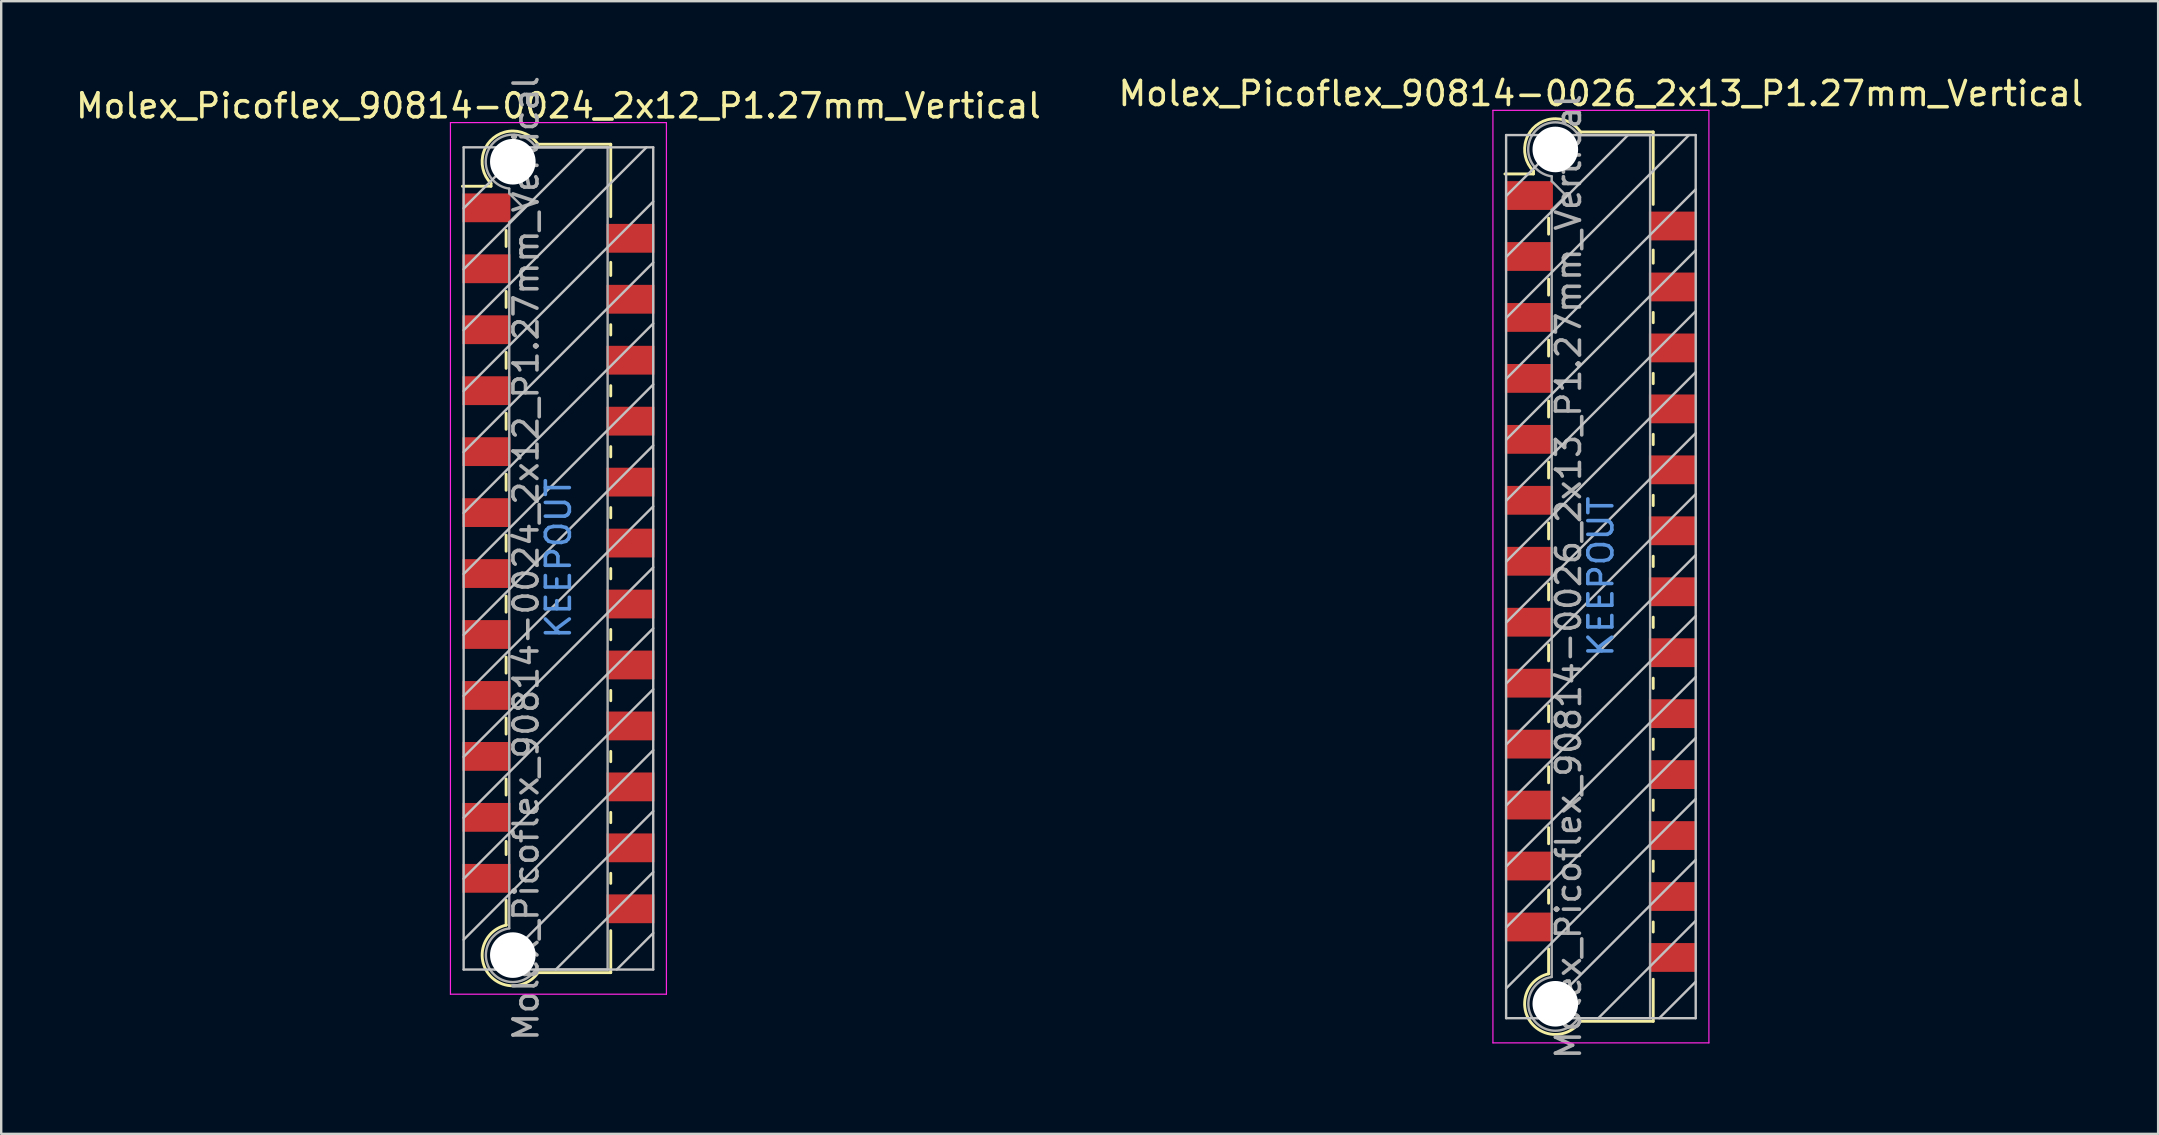
<source format=kicad_pcb>
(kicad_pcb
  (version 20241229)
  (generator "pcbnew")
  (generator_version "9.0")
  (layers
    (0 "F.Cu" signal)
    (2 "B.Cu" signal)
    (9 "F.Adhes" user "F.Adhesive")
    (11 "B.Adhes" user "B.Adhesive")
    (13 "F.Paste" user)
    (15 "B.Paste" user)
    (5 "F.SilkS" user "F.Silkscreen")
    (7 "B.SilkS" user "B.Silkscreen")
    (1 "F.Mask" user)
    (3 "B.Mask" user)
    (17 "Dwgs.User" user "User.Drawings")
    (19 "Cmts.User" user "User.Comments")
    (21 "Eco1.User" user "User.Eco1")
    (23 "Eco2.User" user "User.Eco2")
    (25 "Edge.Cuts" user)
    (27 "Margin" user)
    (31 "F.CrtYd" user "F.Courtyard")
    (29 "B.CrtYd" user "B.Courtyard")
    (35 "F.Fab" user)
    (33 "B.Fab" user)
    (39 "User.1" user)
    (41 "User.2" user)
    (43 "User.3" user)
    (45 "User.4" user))
  (footprint "Molex_Picoflex_90814-0024_2x12_P1.27mm_Vertical"
    (layer "F.Cu")
    (at 20.22 20.22)
    (property "Reference" "Molex_Picoflex_90814-0024_2x12_P1.27mm_Vertical" (at 0 -18.86 0) (layer "F.SilkS") (effects (font (size 1 1) (thickness 0.15))))
    (attr smd)
    (fp_line (start -2.81 -15.63) (end -2.81 -15.51) (stroke (width 0.12) (type solid)) (layer "F.SilkS"))
    (fp_line (start -2.81 -15.51) (end -4 -15.51) (stroke (width 0.12) (type solid)) (layer "F.SilkS"))
    (fp_line (start -2.18 -13) (end -2.18 -13.67) (stroke (width 0.12) (type solid)) (layer "F.SilkS"))
    (fp_line (start -2.18 -10.46) (end -2.18 -11.13) (stroke (width 0.12) (type solid)) (layer "F.SilkS"))
    (fp_line (start -2.18 -7.92) (end -2.18 -8.59) (stroke (width 0.12) (type solid)) (layer "F.SilkS"))
    (fp_line (start -2.18 -5.38) (end -2.18 -6.05) (stroke (width 0.12) (type solid)) (layer "F.SilkS"))
    (fp_line (start -2.18 -2.84) (end -2.18 -3.51) (stroke (width 0.12) (type solid)) (layer "F.SilkS"))
    (fp_line (start -2.18 -0.3) (end -2.18 -0.97) (stroke (width 0.12) (type solid)) (layer "F.SilkS"))
    (fp_line (start -2.18 2.24) (end -2.18 1.57) (stroke (width 0.12) (type solid)) (layer "F.SilkS"))
    (fp_line (start -2.18 4.78) (end -2.18 4.11) (stroke (width 0.12) (type solid)) (layer "F.SilkS"))
    (fp_line (start -2.18 7.32) (end -2.18 6.65) (stroke (width 0.12) (type solid)) (layer "F.SilkS"))
    (fp_line (start -2.18 9.86) (end -2.18 9.19) (stroke (width 0.12) (type solid)) (layer "F.SilkS"))
    (fp_line (start -2.18 12.34) (end -2.18 11.79) (stroke (width 0.12) (type solid)) (layer "F.SilkS"))
    (fp_line (start -2.18 15.28) (end -2.18 14.24) (stroke (width 0.12) (type solid)) (layer "F.SilkS"))
    (fp_line (start 2.18 -17.26) (end -0.82 -17.26) (stroke (width 0.12) (type solid)) (layer "F.SilkS"))
    (fp_line (start 2.18 -17.26) (end 2.18 -14.24) (stroke (width 0.12) (type solid)) (layer "F.SilkS"))
    (fp_line (start 2.18 -12.34) (end 2.18 -11.79) (stroke (width 0.12) (type solid)) (layer "F.SilkS"))
    (fp_line (start 2.18 -9.74) (end 2.18 -9.31) (stroke (width 0.12) (type solid)) (layer "F.SilkS"))
    (fp_line (start 2.18 -7.2) (end 2.18 -6.77) (stroke (width 0.12) (type solid)) (layer "F.SilkS"))
    (fp_line (start 2.18 -4.66) (end 2.18 -4.23) (stroke (width 0.12) (type solid)) (layer "F.SilkS"))
    (fp_line (start 2.18 -2.12) (end 2.18 -1.69) (stroke (width 0.12) (type solid)) (layer "F.SilkS"))
    (fp_line (start 2.18 0.42) (end 2.18 0.85) (stroke (width 0.12) (type solid)) (layer "F.SilkS"))
    (fp_line (start 2.18 2.96) (end 2.18 3.39) (stroke (width 0.12) (type solid)) (layer "F.SilkS"))
    (fp_line (start 2.18 5.5) (end 2.18 5.93) (stroke (width 0.12) (type solid)) (layer "F.SilkS"))
    (fp_line (start 2.18 8.04) (end 2.18 8.47) (stroke (width 0.12) (type solid)) (layer "F.SilkS"))
    (fp_line (start 2.18 10.58) (end 2.18 11.01) (stroke (width 0.12) (type solid)) (layer "F.SilkS"))
    (fp_line (start 2.18 13.12) (end 2.18 13.54) (stroke (width 0.12) (type solid)) (layer "F.SilkS"))
    (fp_line (start 2.18 15.51) (end 2.18 17.26) (stroke (width 0.12) (type solid)) (layer "F.SilkS"))
    (fp_line (start 2.18 17.26) (end -0.85 17.26) (stroke (width 0.12) (type solid)) (layer "F.SilkS"))
    (fp_arc (start -2.81 -15.63) (mid -2.708637 -17.522072) (end -0.834991 -17.239828) (stroke (width 0.12) (type solid)) (layer "F.SilkS"))
    (fp_arc (start -0.85 17.26) (mid -2.962791 17.241249) (end -2.174424 15.280964) (stroke (width 0.12) (type solid)) (layer "F.SilkS"))
    (fp_line (start -3.95 -17.13) (end -3.95 17.13) (stroke (width 0.1) (type solid)) (layer "Dwgs.User"))
    (fp_line (start -3.95 -14.59) (end -1.41 -17.13) (stroke (width 0.1) (type solid)) (layer "Dwgs.User"))
    (fp_line (start -3.95 -12.05) (end 1.13 -17.13) (stroke (width 0.1) (type solid)) (layer "Dwgs.User"))
    (fp_line (start -3.95 -9.51) (end 3.67 -17.13) (stroke (width 0.1) (type solid)) (layer "Dwgs.User"))
    (fp_line (start -3.95 -6.97) (end 3.95 -14.87) (stroke (width 0.1) (type solid)) (layer "Dwgs.User"))
    (fp_line (start -3.95 -4.43) (end 3.95 -12.33) (stroke (width 0.1) (type solid)) (layer "Dwgs.User"))
    (fp_line (start -3.95 -1.89) (end 3.95 -9.79) (stroke (width 0.1) (type solid)) (layer "Dwgs.User"))
    (fp_line (start -3.95 0.65) (end 3.95 -7.25) (stroke (width 0.1) (type solid)) (layer "Dwgs.User"))
    (fp_line (start -3.95 3.19) (end 3.95 -4.71) (stroke (width 0.1) (type solid)) (layer "Dwgs.User"))
    (fp_line (start -3.95 5.73) (end 3.95 -2.17) (stroke (width 0.1) (type solid)) (layer "Dwgs.User"))
    (fp_line (start -3.95 8.27) (end 3.95 0.37) (stroke (width 0.1) (type solid)) (layer "Dwgs.User"))
    (fp_line (start -3.95 10.81) (end 3.95 2.91) (stroke (width 0.1) (type solid)) (layer "Dwgs.User"))
    (fp_line (start -3.95 13.35) (end 3.95 5.45) (stroke (width 0.1) (type solid)) (layer "Dwgs.User"))
    (fp_line (start -3.95 15.89) (end 3.95 7.99) (stroke (width 0.1) (type solid)) (layer "Dwgs.User"))
    (fp_line (start -3.95 17.13) (end 3.95 17.13) (stroke (width 0.1) (type solid)) (layer "Dwgs.User"))
    (fp_line (start -2.65 17.13) (end 3.95 10.53) (stroke (width 0.1) (type solid)) (layer "Dwgs.User"))
    (fp_line (start -0.11 17.13) (end 3.95 13.07) (stroke (width 0.1) (type solid)) (layer "Dwgs.User"))
    (fp_line (start 2.43 17.13) (end 3.95 15.61) (stroke (width 0.1) (type solid)) (layer "Dwgs.User"))
    (fp_line (start 3.95 -17.13) (end -3.95 -17.13) (stroke (width 0.1) (type solid)) (layer "Dwgs.User"))
    (fp_line (start 3.95 17.13) (end 3.95 -17.13) (stroke (width 0.1) (type solid)) (layer "Dwgs.User"))
    (fp_line (start -4.5 -18.16) (end -4.5 18.16) (stroke (width 0.05) (type solid)) (layer "F.CrtYd"))
    (fp_line (start -4.5 18.16) (end 4.5 18.16) (stroke (width 0.05) (type solid)) (layer "F.CrtYd"))
    (fp_line (start 4.5 -18.16) (end -4.5 -18.16) (stroke (width 0.05) (type solid)) (layer "F.CrtYd"))
    (fp_line (start 4.5 18.16) (end 4.5 -18.16) (stroke (width 0.05) (type solid)) (layer "F.CrtYd"))
    (fp_line (start -2.05 -15.21) (end -2.05 -15.41) (stroke (width 0.1) (type solid)) (layer "F.Fab"))
    (fp_line (start -2.05 -14.01) (end -1.45 -14.61) (stroke (width 0.1) (type solid)) (layer "F.Fab"))
    (fp_line (start -2.05 15.41) (end -2.05 -14.01) (stroke (width 0.1) (type solid)) (layer "F.Fab"))
    (fp_line (start -1.45 -14.61) (end -2.05 -15.21) (stroke (width 0.1) (type solid)) (layer "F.Fab"))
    (fp_line (start 2.05 -17.13) (end -0.93 -17.13) (stroke (width 0.1) (type solid)) (layer "F.Fab"))
    (fp_line (start 2.05 -17.13) (end 2.05 17.13) (stroke (width 0.1) (type solid)) (layer "F.Fab"))
    (fp_line (start 2.05 17.13) (end -0.95 17.13) (stroke (width 0.1) (type solid)) (layer "F.Fab"))
    (fp_arc (start -2.05 -15.41) (mid -2.851672 -17.139279) (end -0.945612 -17.135015) (stroke (width 0.1) (type solid)) (layer "F.Fab"))
    (fp_arc (start -0.95 17.13) (mid -2.845272 17.137421) (end -2.051022 15.416585) (stroke (width 0.1) (type solid)) (layer "F.Fab"))
    (fp_text user "KEEPOUT" (at 0 0 90) (layer "Cmts.User") (effects (font (size 1 1) (thickness 0.15))))
    (fp_text user "${REFERENCE}" (at -1.35 0 90) (layer "F.Fab") (effects (font (size 1 1) (thickness 0.15))))
    (pad "" np_thru_hole circle (at -1.9 -16.53) (size 1.9 1.9) (drill 1.9) (layers "*.Cu" "*.Mask"))
    (pad "" np_thru_hole circle (at -1.9 16.53) (size 1.9 1.9) (drill 1.9) (layers "*.Cu" "*.Mask"))
    (pad "1" smd rect (at -3 -14.61) (size 2 1.2) (layers "F.Cu" "F.Mask" "F.Paste"))
    (pad "2" smd rect (at 3 -13.34) (size 2 1.2) (layers "F.Cu" "F.Mask" "F.Paste"))
    (pad "3" smd rect (at -3 -12.07) (size 2 1.2) (layers "F.Cu" "F.Mask" "F.Paste"))
    (pad "4" smd rect (at 3 -10.8) (size 2 1.2) (layers "F.Cu" "F.Mask" "F.Paste"))
    (pad "5" smd rect (at -3 -9.53) (size 2 1.2) (layers "F.Cu" "F.Mask" "F.Paste"))
    (pad "6" smd rect (at 3 -8.26) (size 2 1.2) (layers "F.Cu" "F.Mask" "F.Paste"))
    (pad "7" smd rect (at -3 -6.99) (size 2 1.2) (layers "F.Cu" "F.Mask" "F.Paste"))
    (pad "8" smd rect (at 3 -5.72) (size 2 1.2) (layers "F.Cu" "F.Mask" "F.Paste"))
    (pad "9" smd rect (at -3 -4.45) (size 2 1.2) (layers "F.Cu" "F.Mask" "F.Paste"))
    (pad "10" smd rect (at 3 -3.18) (size 2 1.2) (layers "F.Cu" "F.Mask" "F.Paste"))
    (pad "11" smd rect (at -3 -1.91) (size 2 1.2) (layers "F.Cu" "F.Mask" "F.Paste"))
    (pad "12" smd rect (at 3 -0.64) (size 2 1.2) (layers "F.Cu" "F.Mask" "F.Paste"))
    (pad "13" smd rect (at -3 0.63) (size 2 1.2) (layers "F.Cu" "F.Mask" "F.Paste"))
    (pad "14" smd rect (at 3 1.9) (size 2 1.2) (layers "F.Cu" "F.Mask" "F.Paste"))
    (pad "15" smd rect (at -3 3.17) (size 2 1.2) (layers "F.Cu" "F.Mask" "F.Paste"))
    (pad "16" smd rect (at 3 4.44) (size 2 1.2) (layers "F.Cu" "F.Mask" "F.Paste"))
    (pad "17" smd rect (at -3 5.71) (size 2 1.2) (layers "F.Cu" "F.Mask" "F.Paste"))
    (pad "18" smd rect (at 3 6.98) (size 2 1.2) (layers "F.Cu" "F.Mask" "F.Paste"))
    (pad "19" smd rect (at -3 8.25) (size 2 1.2) (layers "F.Cu" "F.Mask" "F.Paste"))
    (pad "20" smd rect (at 3 9.52) (size 2 1.2) (layers "F.Cu" "F.Mask" "F.Paste"))
    (pad "21" smd rect (at -3 10.79) (size 2 1.2) (layers "F.Cu" "F.Mask" "F.Paste"))
    (pad "22" smd rect (at 3 12.06) (size 2 1.2) (layers "F.Cu" "F.Mask" "F.Paste"))
    (pad "23" smd rect (at -3 13.33) (size 2 1.2) (layers "F.Cu" "F.Mask" "F.Paste"))
    (pad "24" smd rect (at 3 14.6) (size 2 1.2) (layers "F.Cu" "F.Mask" "F.Paste")))
  (footprint "Molex_Picoflex_90814-0026_2x13_P1.27mm_Vertical"
    (layer "F.Cu")
    (at 63.661 20.978)
    (property "Reference" "Molex_Picoflex_90814-0026_2x13_P1.27mm_Vertical" (at 0 -20.13 0) (layer "F.SilkS") (effects (font (size 1 1) (thickness 0.15))))
    (attr smd)
    (fp_line (start -2.81 -16.9) (end -2.81 -16.78) (stroke (width 0.12) (type solid)) (layer "F.SilkS"))
    (fp_line (start -2.81 -16.78) (end -4 -16.78) (stroke (width 0.12) (type solid)) (layer "F.SilkS"))
    (fp_line (start -2.18 -14.27) (end -2.18 -14.94) (stroke (width 0.12) (type solid)) (layer "F.SilkS"))
    (fp_line (start -2.18 -11.73) (end -2.18 -12.4) (stroke (width 0.12) (type solid)) (layer "F.SilkS"))
    (fp_line (start -2.18 -9.19) (end -2.18 -9.86) (stroke (width 0.12) (type solid)) (layer "F.SilkS"))
    (fp_line (start -2.18 -6.65) (end -2.18 -7.32) (stroke (width 0.12) (type solid)) (layer "F.SilkS"))
    (fp_line (start -2.18 -4.11) (end -2.18 -4.78) (stroke (width 0.12) (type solid)) (layer "F.SilkS"))
    (fp_line (start -2.18 -1.57) (end -2.18 -2.24) (stroke (width 0.12) (type solid)) (layer "F.SilkS"))
    (fp_line (start -2.18 0.97) (end -2.18 0.3) (stroke (width 0.12) (type solid)) (layer "F.SilkS"))
    (fp_line (start -2.18 3.51) (end -2.18 2.84) (stroke (width 0.12) (type solid)) (layer "F.SilkS"))
    (fp_line (start -2.18 6.05) (end -2.18 5.38) (stroke (width 0.12) (type solid)) (layer "F.SilkS"))
    (fp_line (start -2.18 8.59) (end -2.18 7.92) (stroke (width 0.12) (type solid)) (layer "F.SilkS"))
    (fp_line (start -2.18 11.13) (end -2.18 10.46) (stroke (width 0.12) (type solid)) (layer "F.SilkS"))
    (fp_line (start -2.18 13.61) (end -2.18 13.06) (stroke (width 0.12) (type solid)) (layer "F.SilkS"))
    (fp_line (start -2.18 16.55) (end -2.18 15.51) (stroke (width 0.12) (type solid)) (layer "F.SilkS"))
    (fp_line (start 2.18 -18.53) (end -0.82 -18.53) (stroke (width 0.12) (type solid)) (layer "F.SilkS"))
    (fp_line (start 2.18 -18.53) (end 2.18 -15.51) (stroke (width 0.12) (type solid)) (layer "F.SilkS"))
    (fp_line (start 2.18 -13.61) (end 2.18 -13.06) (stroke (width 0.12) (type solid)) (layer "F.SilkS"))
    (fp_line (start 2.18 -11.01) (end 2.18 -10.58) (stroke (width 0.12) (type solid)) (layer "F.SilkS"))
    (fp_line (start 2.18 -8.47) (end 2.18 -8.04) (stroke (width 0.12) (type solid)) (layer "F.SilkS"))
    (fp_line (start 2.18 -5.93) (end 2.18 -5.5) (stroke (width 0.12) (type solid)) (layer "F.SilkS"))
    (fp_line (start 2.18 -3.39) (end 2.18 -2.96) (stroke (width 0.12) (type solid)) (layer "F.SilkS"))
    (fp_line (start 2.18 -0.85) (end 2.18 -0.42) (stroke (width 0.12) (type solid)) (layer "F.SilkS"))
    (fp_line (start 2.18 1.69) (end 2.18 2.12) (stroke (width 0.12) (type solid)) (layer "F.SilkS"))
    (fp_line (start 2.18 4.23) (end 2.18 4.66) (stroke (width 0.12) (type solid)) (layer "F.SilkS"))
    (fp_line (start 2.18 6.77) (end 2.18 7.2) (stroke (width 0.12) (type solid)) (layer "F.SilkS"))
    (fp_line (start 2.18 9.31) (end 2.18 9.74) (stroke (width 0.12) (type solid)) (layer "F.SilkS"))
    (fp_line (start 2.18 11.85) (end 2.18 12.28) (stroke (width 0.12) (type solid)) (layer "F.SilkS"))
    (fp_line (start 2.18 14.39) (end 2.18 14.81) (stroke (width 0.12) (type solid)) (layer "F.SilkS"))
    (fp_line (start 2.18 16.78) (end 2.18 18.53) (stroke (width 0.12) (type solid)) (layer "F.SilkS"))
    (fp_line (start 2.18 18.53) (end -0.85 18.53) (stroke (width 0.12) (type solid)) (layer "F.SilkS"))
    (fp_arc (start -2.81 -16.9) (mid -2.708637 -18.792072) (end -0.834991 -18.509828) (stroke (width 0.12) (type solid)) (layer "F.SilkS"))
    (fp_arc (start -0.85 18.53) (mid -2.962791 18.511249) (end -2.174424 16.550964) (stroke (width 0.12) (type solid)) (layer "F.SilkS"))
    (fp_line (start -3.95 -18.4) (end -3.95 18.4) (stroke (width 0.1) (type solid)) (layer "Dwgs.User"))
    (fp_line (start -3.95 -15.86) (end -1.41 -18.4) (stroke (width 0.1) (type solid)) (layer "Dwgs.User"))
    (fp_line (start -3.95 -13.32) (end 1.13 -18.4) (stroke (width 0.1) (type solid)) (layer "Dwgs.User"))
    (fp_line (start -3.95 -10.78) (end 3.67 -18.4) (stroke (width 0.1) (type solid)) (layer "Dwgs.User"))
    (fp_line (start -3.95 -8.24) (end 3.95 -16.14) (stroke (width 0.1) (type solid)) (layer "Dwgs.User"))
    (fp_line (start -3.95 -5.7) (end 3.95 -13.6) (stroke (width 0.1) (type solid)) (layer "Dwgs.User"))
    (fp_line (start -3.95 -3.16) (end 3.95 -11.06) (stroke (width 0.1) (type solid)) (layer "Dwgs.User"))
    (fp_line (start -3.95 -0.62) (end 3.95 -8.52) (stroke (width 0.1) (type solid)) (layer "Dwgs.User"))
    (fp_line (start -3.95 1.92) (end 3.95 -5.98) (stroke (width 0.1) (type solid)) (layer "Dwgs.User"))
    (fp_line (start -3.95 4.46) (end 3.95 -3.44) (stroke (width 0.1) (type solid)) (layer "Dwgs.User"))
    (fp_line (start -3.95 7) (end 3.95 -0.9) (stroke (width 0.1) (type solid)) (layer "Dwgs.User"))
    (fp_line (start -3.95 9.54) (end 3.95 1.64) (stroke (width 0.1) (type solid)) (layer "Dwgs.User"))
    (fp_line (start -3.95 12.08) (end 3.95 4.18) (stroke (width 0.1) (type solid)) (layer "Dwgs.User"))
    (fp_line (start -3.95 14.62) (end 3.95 6.72) (stroke (width 0.1) (type solid)) (layer "Dwgs.User"))
    (fp_line (start -3.95 17.16) (end 3.95 9.26) (stroke (width 0.1) (type solid)) (layer "Dwgs.User"))
    (fp_line (start -3.95 18.4) (end 3.95 18.4) (stroke (width 0.1) (type solid)) (layer "Dwgs.User"))
    (fp_line (start -2.65 18.4) (end 3.95 11.8) (stroke (width 0.1) (type solid)) (layer "Dwgs.User"))
    (fp_line (start -0.11 18.4) (end 3.95 14.34) (stroke (width 0.1) (type solid)) (layer "Dwgs.User"))
    (fp_line (start 2.43 18.4) (end 3.95 16.88) (stroke (width 0.1) (type solid)) (layer "Dwgs.User"))
    (fp_line (start 3.95 -18.4) (end -3.95 -18.4) (stroke (width 0.1) (type solid)) (layer "Dwgs.User"))
    (fp_line (start 3.95 18.4) (end 3.95 -18.4) (stroke (width 0.1) (type solid)) (layer "Dwgs.User"))
    (fp_line (start -4.5 -19.43) (end -4.5 19.43) (stroke (width 0.05) (type solid)) (layer "F.CrtYd"))
    (fp_line (start -4.5 19.43) (end 4.5 19.43) (stroke (width 0.05) (type solid)) (layer "F.CrtYd"))
    (fp_line (start 4.5 -19.43) (end -4.5 -19.43) (stroke (width 0.05) (type solid)) (layer "F.CrtYd"))
    (fp_line (start 4.5 19.43) (end 4.5 -19.43) (stroke (width 0.05) (type solid)) (layer "F.CrtYd"))
    (fp_line (start -2.05 -16.48) (end -2.05 -16.68) (stroke (width 0.1) (type solid)) (layer "F.Fab"))
    (fp_line (start -2.05 -15.28) (end -1.45 -15.88) (stroke (width 0.1) (type solid)) (layer "F.Fab"))
    (fp_line (start -2.05 16.68) (end -2.05 -15.28) (stroke (width 0.1) (type solid)) (layer "F.Fab"))
    (fp_line (start -1.45 -15.88) (end -2.05 -16.48) (stroke (width 0.1) (type solid)) (layer "F.Fab"))
    (fp_line (start 2.05 -18.4) (end -0.93 -18.4) (stroke (width 0.1) (type solid)) (layer "F.Fab"))
    (fp_line (start 2.05 -18.4) (end 2.05 18.4) (stroke (width 0.1) (type solid)) (layer "F.Fab"))
    (fp_line (start 2.05 18.4) (end -0.95 18.4) (stroke (width 0.1) (type solid)) (layer "F.Fab"))
    (fp_arc (start -2.05 -16.68) (mid -2.851672 -18.409279) (end -0.945612 -18.405015) (stroke (width 0.1) (type solid)) (layer "F.Fab"))
    (fp_arc (start -0.95 18.4) (mid -2.845272 18.407421) (end -2.051022 16.686585) (stroke (width 0.1) (type solid)) (layer "F.Fab"))
    (fp_text user "KEEPOUT" (at 0 0 90) (layer "Cmts.User") (effects (font (size 1 1) (thickness 0.15))))
    (fp_text user "${REFERENCE}" (at -1.35 0 90) (layer "F.Fab") (effects (font (size 1 1) (thickness 0.15))))
    (pad "" np_thru_hole circle (at -1.9 -17.8) (size 1.9 1.9) (drill 1.9) (layers "*.Cu" "*.Mask"))
    (pad "" np_thru_hole circle (at -1.9 17.8) (size 1.9 1.9) (drill 1.9) (layers "*.Cu" "*.Mask"))
    (pad "1" smd rect (at -3 -15.88) (size 2 1.2) (layers "F.Cu" "F.Mask" "F.Paste"))
    (pad "2" smd rect (at 3 -14.61) (size 2 1.2) (layers "F.Cu" "F.Mask" "F.Paste"))
    (pad "3" smd rect (at -3 -13.34) (size 2 1.2) (layers "F.Cu" "F.Mask" "F.Paste"))
    (pad "4" smd rect (at 3 -12.07) (size 2 1.2) (layers "F.Cu" "F.Mask" "F.Paste"))
    (pad "5" smd rect (at -3 -10.8) (size 2 1.2) (layers "F.Cu" "F.Mask" "F.Paste"))
    (pad "6" smd rect (at 3 -9.53) (size 2 1.2) (layers "F.Cu" "F.Mask" "F.Paste"))
    (pad "7" smd rect (at -3 -8.26) (size 2 1.2) (layers "F.Cu" "F.Mask" "F.Paste"))
    (pad "8" smd rect (at 3 -6.99) (size 2 1.2) (layers "F.Cu" "F.Mask" "F.Paste"))
    (pad "9" smd rect (at -3 -5.72) (size 2 1.2) (layers "F.Cu" "F.Mask" "F.Paste"))
    (pad "10" smd rect (at 3 -4.45) (size 2 1.2) (layers "F.Cu" "F.Mask" "F.Paste"))
    (pad "11" smd rect (at -3 -3.18) (size 2 1.2) (layers "F.Cu" "F.Mask" "F.Paste"))
    (pad "12" smd rect (at 3 -1.91) (size 2 1.2) (layers "F.Cu" "F.Mask" "F.Paste"))
    (pad "13" smd rect (at -3 -0.64) (size 2 1.2) (layers "F.Cu" "F.Mask" "F.Paste"))
    (pad "14" smd rect (at 3 0.63) (size 2 1.2) (layers "F.Cu" "F.Mask" "F.Paste"))
    (pad "15" smd rect (at -3 1.9) (size 2 1.2) (layers "F.Cu" "F.Mask" "F.Paste"))
    (pad "16" smd rect (at 3 3.17) (size 2 1.2) (layers "F.Cu" "F.Mask" "F.Paste"))
    (pad "17" smd rect (at -3 4.44) (size 2 1.2) (layers "F.Cu" "F.Mask" "F.Paste"))
    (pad "18" smd rect (at 3 5.71) (size 2 1.2) (layers "F.Cu" "F.Mask" "F.Paste"))
    (pad "19" smd rect (at -3 6.98) (size 2 1.2) (layers "F.Cu" "F.Mask" "F.Paste"))
    (pad "20" smd rect (at 3 8.25) (size 2 1.2) (layers "F.Cu" "F.Mask" "F.Paste"))
    (pad "21" smd rect (at -3 9.52) (size 2 1.2) (layers "F.Cu" "F.Mask" "F.Paste"))
    (pad "22" smd rect (at 3 10.79) (size 2 1.2) (layers "F.Cu" "F.Mask" "F.Paste"))
    (pad "23" smd rect (at -3 12.06) (size 2 1.2) (layers "F.Cu" "F.Mask" "F.Paste"))
    (pad "24" smd rect (at 3 13.33) (size 2 1.2) (layers "F.Cu" "F.Mask" "F.Paste"))
    (pad "25" smd rect (at -3 14.6) (size 2 1.2) (layers "F.Cu" "F.Mask" "F.Paste"))
    (pad "26" smd rect (at 3 15.87) (size 2 1.2) (layers "F.Cu" "F.Mask" "F.Paste")))
  (gr_rect
    (start -3 -3)
    (end 86.881 44.198)
    (stroke (width 0.1) (type default))
    (fill no)
    (layer "Edge.Cuts")))
</source>
